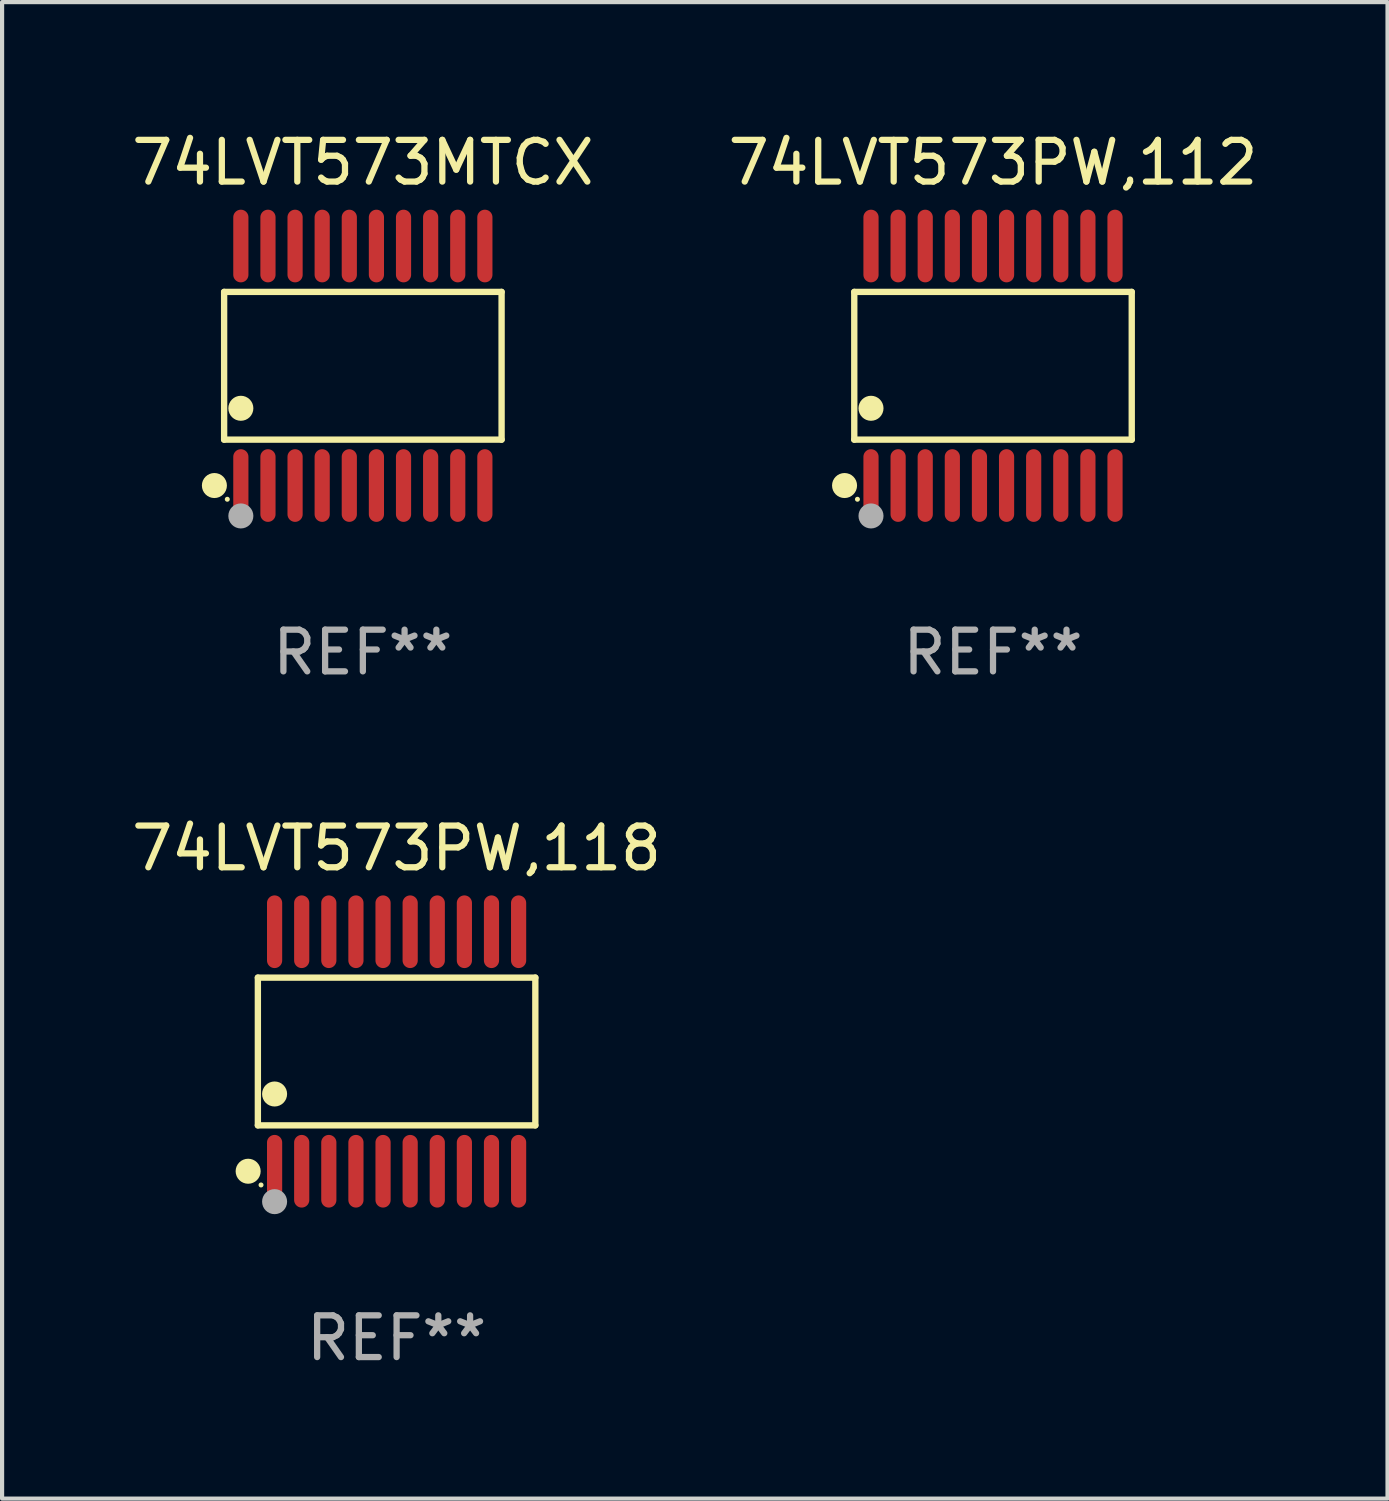
<source format=kicad_pcb>
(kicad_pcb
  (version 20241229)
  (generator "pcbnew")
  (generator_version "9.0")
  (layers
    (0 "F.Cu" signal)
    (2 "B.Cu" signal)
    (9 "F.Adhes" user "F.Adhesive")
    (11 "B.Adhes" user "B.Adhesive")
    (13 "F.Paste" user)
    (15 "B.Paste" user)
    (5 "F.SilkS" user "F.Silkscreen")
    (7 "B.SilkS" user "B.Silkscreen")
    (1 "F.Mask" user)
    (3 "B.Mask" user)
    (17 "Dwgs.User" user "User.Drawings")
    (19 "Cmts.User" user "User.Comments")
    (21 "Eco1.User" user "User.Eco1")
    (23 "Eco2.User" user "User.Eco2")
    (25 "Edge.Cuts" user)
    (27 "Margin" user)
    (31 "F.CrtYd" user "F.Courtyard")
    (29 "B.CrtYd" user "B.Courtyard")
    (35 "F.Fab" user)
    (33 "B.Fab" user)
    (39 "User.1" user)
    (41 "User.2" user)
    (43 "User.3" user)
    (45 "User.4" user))
  (footprint "74LVT573MTCX"
    (layer "F.Cu")
    (at 5.649 5.719)
    (property "Reference" "74LVT573MTCX" (at 0 -4.871 0) (layer "F.SilkS") (effects (font (size 1 1) (thickness 0.15))))
    (attr through_hole)
    (fp_line (start -3.326 -1.771) (end 3.326 -1.771) (stroke (width 0.152) (type solid)) (layer "F.SilkS"))
    (fp_line (start -3.326 1.771) (end -3.326 -1.771) (stroke (width 0.152) (type solid)) (layer "F.SilkS"))
    (fp_line (start 3.326 -1.771) (end 3.326 1.771) (stroke (width 0.152) (type solid)) (layer "F.SilkS"))
    (fp_line (start 3.326 1.771) (end -3.326 1.771) (stroke (width 0.152) (type solid)) (layer "F.SilkS"))
    (fp_circle (center -3.559 2.871) (end -3.409 2.871) (stroke (width 0.3) (type solid)) (fill no) (layer "F.SilkS"))
    (fp_circle (center -3.25 3.2) (end -3.22 3.2) (stroke (width 0.06) (type solid)) (fill no) (layer "F.SilkS"))
    (fp_circle (center -2.925 1.019) (end -2.775 1.019) (stroke (width 0.3) (type solid)) (fill no) (layer "F.SilkS"))
    (fp_circle (center -2.925 3.6) (end -2.775 3.6) (stroke (width 0.3) (type solid)) (fill no) (layer "F.Fab"))
    (fp_text user "REF**" (at 0 6.871 0) (layer "F.Fab") (effects (font (size 1 1) (thickness 0.15))))
    (pad "1" smd oval (at -2.925 2.871) (size 0.364 1.742) (layers "F.Cu" "F.Mask" "F.Paste"))
    (pad "2" smd oval (at -2.275 2.871) (size 0.364 1.742) (layers "F.Cu" "F.Mask" "F.Paste"))
    (pad "3" smd oval (at -1.625 2.871) (size 0.364 1.742) (layers "F.Cu" "F.Mask" "F.Paste"))
    (pad "4" smd oval (at -0.975 2.871) (size 0.364 1.742) (layers "F.Cu" "F.Mask" "F.Paste"))
    (pad "5" smd oval (at -0.325 2.871) (size 0.364 1.742) (layers "F.Cu" "F.Mask" "F.Paste"))
    (pad "6" smd oval (at 0.325 2.871) (size 0.364 1.742) (layers "F.Cu" "F.Mask" "F.Paste"))
    (pad "7" smd oval (at 0.975 2.871) (size 0.364 1.742) (layers "F.Cu" "F.Mask" "F.Paste"))
    (pad "8" smd oval (at 1.625 2.871) (size 0.364 1.742) (layers "F.Cu" "F.Mask" "F.Paste"))
    (pad "9" smd oval (at 2.275 2.871) (size 0.364 1.742) (layers "F.Cu" "F.Mask" "F.Paste"))
    (pad "10" smd oval (at 2.925 2.871) (size 0.364 1.742) (layers "F.Cu" "F.Mask" "F.Paste"))
    (pad "11" smd oval (at 2.925 -2.871) (size 0.364 1.742) (layers "F.Cu" "F.Mask" "F.Paste"))
    (pad "12" smd oval (at 2.275 -2.871) (size 0.364 1.742) (layers "F.Cu" "F.Mask" "F.Paste"))
    (pad "13" smd oval (at 1.625 -2.871) (size 0.364 1.742) (layers "F.Cu" "F.Mask" "F.Paste"))
    (pad "14" smd oval (at 0.975 -2.871) (size 0.364 1.742) (layers "F.Cu" "F.Mask" "F.Paste"))
    (pad "15" smd oval (at 0.325 -2.871) (size 0.364 1.742) (layers "F.Cu" "F.Mask" "F.Paste"))
    (pad "16" smd oval (at -0.325 -2.871) (size 0.364 1.742) (layers "F.Cu" "F.Mask" "F.Paste"))
    (pad "17" smd oval (at -0.975 -2.871) (size 0.364 1.742) (layers "F.Cu" "F.Mask" "F.Paste"))
    (pad "18" smd oval (at -1.625 -2.871) (size 0.364 1.742) (layers "F.Cu" "F.Mask" "F.Paste"))
    (pad "19" smd oval (at -2.275 -2.871) (size 0.364 1.742) (layers "F.Cu" "F.Mask" "F.Paste"))
    (pad "20" smd oval (at -2.925 -2.871) (size 0.364 1.742) (layers "F.Cu" "F.Mask" "F.Paste")))
  (footprint "74LVT573PW,118"
    (layer "F.Cu")
    (at 6.458 22.158)
    (property "Reference" "74LVT573PW,118" (at 0 -4.871 0) (layer "F.SilkS") (effects (font (size 1 1) (thickness 0.15))))
    (attr through_hole)
    (fp_line (start -3.326 -1.771) (end 3.326 -1.771) (stroke (width 0.152) (type solid)) (layer "F.SilkS"))
    (fp_line (start -3.326 1.771) (end -3.326 -1.771) (stroke (width 0.152) (type solid)) (layer "F.SilkS"))
    (fp_line (start 3.326 -1.771) (end 3.326 1.771) (stroke (width 0.152) (type solid)) (layer "F.SilkS"))
    (fp_line (start 3.326 1.771) (end -3.326 1.771) (stroke (width 0.152) (type solid)) (layer "F.SilkS"))
    (fp_circle (center -3.559 2.871) (end -3.409 2.871) (stroke (width 0.3) (type solid)) (fill no) (layer "F.SilkS"))
    (fp_circle (center -3.25 3.2) (end -3.22 3.2) (stroke (width 0.06) (type solid)) (fill no) (layer "F.SilkS"))
    (fp_circle (center -2.925 1.019) (end -2.775 1.019) (stroke (width 0.3) (type solid)) (fill no) (layer "F.SilkS"))
    (fp_circle (center -2.925 3.6) (end -2.775 3.6) (stroke (width 0.3) (type solid)) (fill no) (layer "F.Fab"))
    (fp_text user "REF**" (at 0 6.871 0) (layer "F.Fab") (effects (font (size 1 1) (thickness 0.15))))
    (pad "1" smd oval (at -2.925 2.871) (size 0.364 1.742) (layers "F.Cu" "F.Mask" "F.Paste"))
    (pad "2" smd oval (at -2.275 2.871) (size 0.364 1.742) (layers "F.Cu" "F.Mask" "F.Paste"))
    (pad "3" smd oval (at -1.625 2.871) (size 0.364 1.742) (layers "F.Cu" "F.Mask" "F.Paste"))
    (pad "4" smd oval (at -0.975 2.871) (size 0.364 1.742) (layers "F.Cu" "F.Mask" "F.Paste"))
    (pad "5" smd oval (at -0.325 2.871) (size 0.364 1.742) (layers "F.Cu" "F.Mask" "F.Paste"))
    (pad "6" smd oval (at 0.325 2.871) (size 0.364 1.742) (layers "F.Cu" "F.Mask" "F.Paste"))
    (pad "7" smd oval (at 0.975 2.871) (size 0.364 1.742) (layers "F.Cu" "F.Mask" "F.Paste"))
    (pad "8" smd oval (at 1.625 2.871) (size 0.364 1.742) (layers "F.Cu" "F.Mask" "F.Paste"))
    (pad "9" smd oval (at 2.275 2.871) (size 0.364 1.742) (layers "F.Cu" "F.Mask" "F.Paste"))
    (pad "10" smd oval (at 2.925 2.871) (size 0.364 1.742) (layers "F.Cu" "F.Mask" "F.Paste"))
    (pad "11" smd oval (at 2.925 -2.871) (size 0.364 1.742) (layers "F.Cu" "F.Mask" "F.Paste"))
    (pad "12" smd oval (at 2.275 -2.871) (size 0.364 1.742) (layers "F.Cu" "F.Mask" "F.Paste"))
    (pad "13" smd oval (at 1.625 -2.871) (size 0.364 1.742) (layers "F.Cu" "F.Mask" "F.Paste"))
    (pad "14" smd oval (at 0.975 -2.871) (size 0.364 1.742) (layers "F.Cu" "F.Mask" "F.Paste"))
    (pad "15" smd oval (at 0.325 -2.871) (size 0.364 1.742) (layers "F.Cu" "F.Mask" "F.Paste"))
    (pad "16" smd oval (at -0.325 -2.871) (size 0.364 1.742) (layers "F.Cu" "F.Mask" "F.Paste"))
    (pad "17" smd oval (at -0.975 -2.871) (size 0.364 1.742) (layers "F.Cu" "F.Mask" "F.Paste"))
    (pad "18" smd oval (at -1.625 -2.871) (size 0.364 1.742) (layers "F.Cu" "F.Mask" "F.Paste"))
    (pad "19" smd oval (at -2.275 -2.871) (size 0.364 1.742) (layers "F.Cu" "F.Mask" "F.Paste"))
    (pad "20" smd oval (at -2.925 -2.871) (size 0.364 1.742) (layers "F.Cu" "F.Mask" "F.Paste")))
  (footprint "74LVT573PW,112"
    (layer "F.Cu")
    (at 20.756 5.719)
    (property "Reference" "74LVT573PW,112" (at 0 -4.871 0) (layer "F.SilkS") (effects (font (size 1 1) (thickness 0.15))))
    (attr through_hole)
    (fp_line (start -3.326 -1.771) (end 3.326 -1.771) (stroke (width 0.152) (type solid)) (layer "F.SilkS"))
    (fp_line (start -3.326 1.771) (end -3.326 -1.771) (stroke (width 0.152) (type solid)) (layer "F.SilkS"))
    (fp_line (start 3.326 -1.771) (end 3.326 1.771) (stroke (width 0.152) (type solid)) (layer "F.SilkS"))
    (fp_line (start 3.326 1.771) (end -3.326 1.771) (stroke (width 0.152) (type solid)) (layer "F.SilkS"))
    (fp_circle (center -3.559 2.871) (end -3.409 2.871) (stroke (width 0.3) (type solid)) (fill no) (layer "F.SilkS"))
    (fp_circle (center -3.25 3.2) (end -3.22 3.2) (stroke (width 0.06) (type solid)) (fill no) (layer "F.SilkS"))
    (fp_circle (center -2.925 1.019) (end -2.775 1.019) (stroke (width 0.3) (type solid)) (fill no) (layer "F.SilkS"))
    (fp_circle (center -2.925 3.6) (end -2.775 3.6) (stroke (width 0.3) (type solid)) (fill no) (layer "F.Fab"))
    (fp_text user "REF**" (at 0 6.871 0) (layer "F.Fab") (effects (font (size 1 1) (thickness 0.15))))
    (pad "1" smd oval (at -2.925 2.871) (size 0.364 1.742) (layers "F.Cu" "F.Mask" "F.Paste"))
    (pad "2" smd oval (at -2.275 2.871) (size 0.364 1.742) (layers "F.Cu" "F.Mask" "F.Paste"))
    (pad "3" smd oval (at -1.625 2.871) (size 0.364 1.742) (layers "F.Cu" "F.Mask" "F.Paste"))
    (pad "4" smd oval (at -0.975 2.871) (size 0.364 1.742) (layers "F.Cu" "F.Mask" "F.Paste"))
    (pad "5" smd oval (at -0.325 2.871) (size 0.364 1.742) (layers "F.Cu" "F.Mask" "F.Paste"))
    (pad "6" smd oval (at 0.325 2.871) (size 0.364 1.742) (layers "F.Cu" "F.Mask" "F.Paste"))
    (pad "7" smd oval (at 0.975 2.871) (size 0.364 1.742) (layers "F.Cu" "F.Mask" "F.Paste"))
    (pad "8" smd oval (at 1.625 2.871) (size 0.364 1.742) (layers "F.Cu" "F.Mask" "F.Paste"))
    (pad "9" smd oval (at 2.275 2.871) (size 0.364 1.742) (layers "F.Cu" "F.Mask" "F.Paste"))
    (pad "10" smd oval (at 2.925 2.871) (size 0.364 1.742) (layers "F.Cu" "F.Mask" "F.Paste"))
    (pad "11" smd oval (at 2.925 -2.871) (size 0.364 1.742) (layers "F.Cu" "F.Mask" "F.Paste"))
    (pad "12" smd oval (at 2.275 -2.871) (size 0.364 1.742) (layers "F.Cu" "F.Mask" "F.Paste"))
    (pad "13" smd oval (at 1.625 -2.871) (size 0.364 1.742) (layers "F.Cu" "F.Mask" "F.Paste"))
    (pad "14" smd oval (at 0.975 -2.871) (size 0.364 1.742) (layers "F.Cu" "F.Mask" "F.Paste"))
    (pad "15" smd oval (at 0.325 -2.871) (size 0.364 1.742) (layers "F.Cu" "F.Mask" "F.Paste"))
    (pad "16" smd oval (at -0.325 -2.871) (size 0.364 1.742) (layers "F.Cu" "F.Mask" "F.Paste"))
    (pad "17" smd oval (at -0.975 -2.871) (size 0.364 1.742) (layers "F.Cu" "F.Mask" "F.Paste"))
    (pad "18" smd oval (at -1.625 -2.871) (size 0.364 1.742) (layers "F.Cu" "F.Mask" "F.Paste"))
    (pad "19" smd oval (at -2.275 -2.871) (size 0.364 1.742) (layers "F.Cu" "F.Mask" "F.Paste"))
    (pad "20" smd oval (at -2.925 -2.871) (size 0.364 1.742) (layers "F.Cu" "F.Mask" "F.Paste")))
  (gr_rect
    (start -3 -3)
    (end 30.214 32.877)
    (stroke (width 0.1) (type default))
    (fill no)
    (layer "Edge.Cuts")))
</source>
